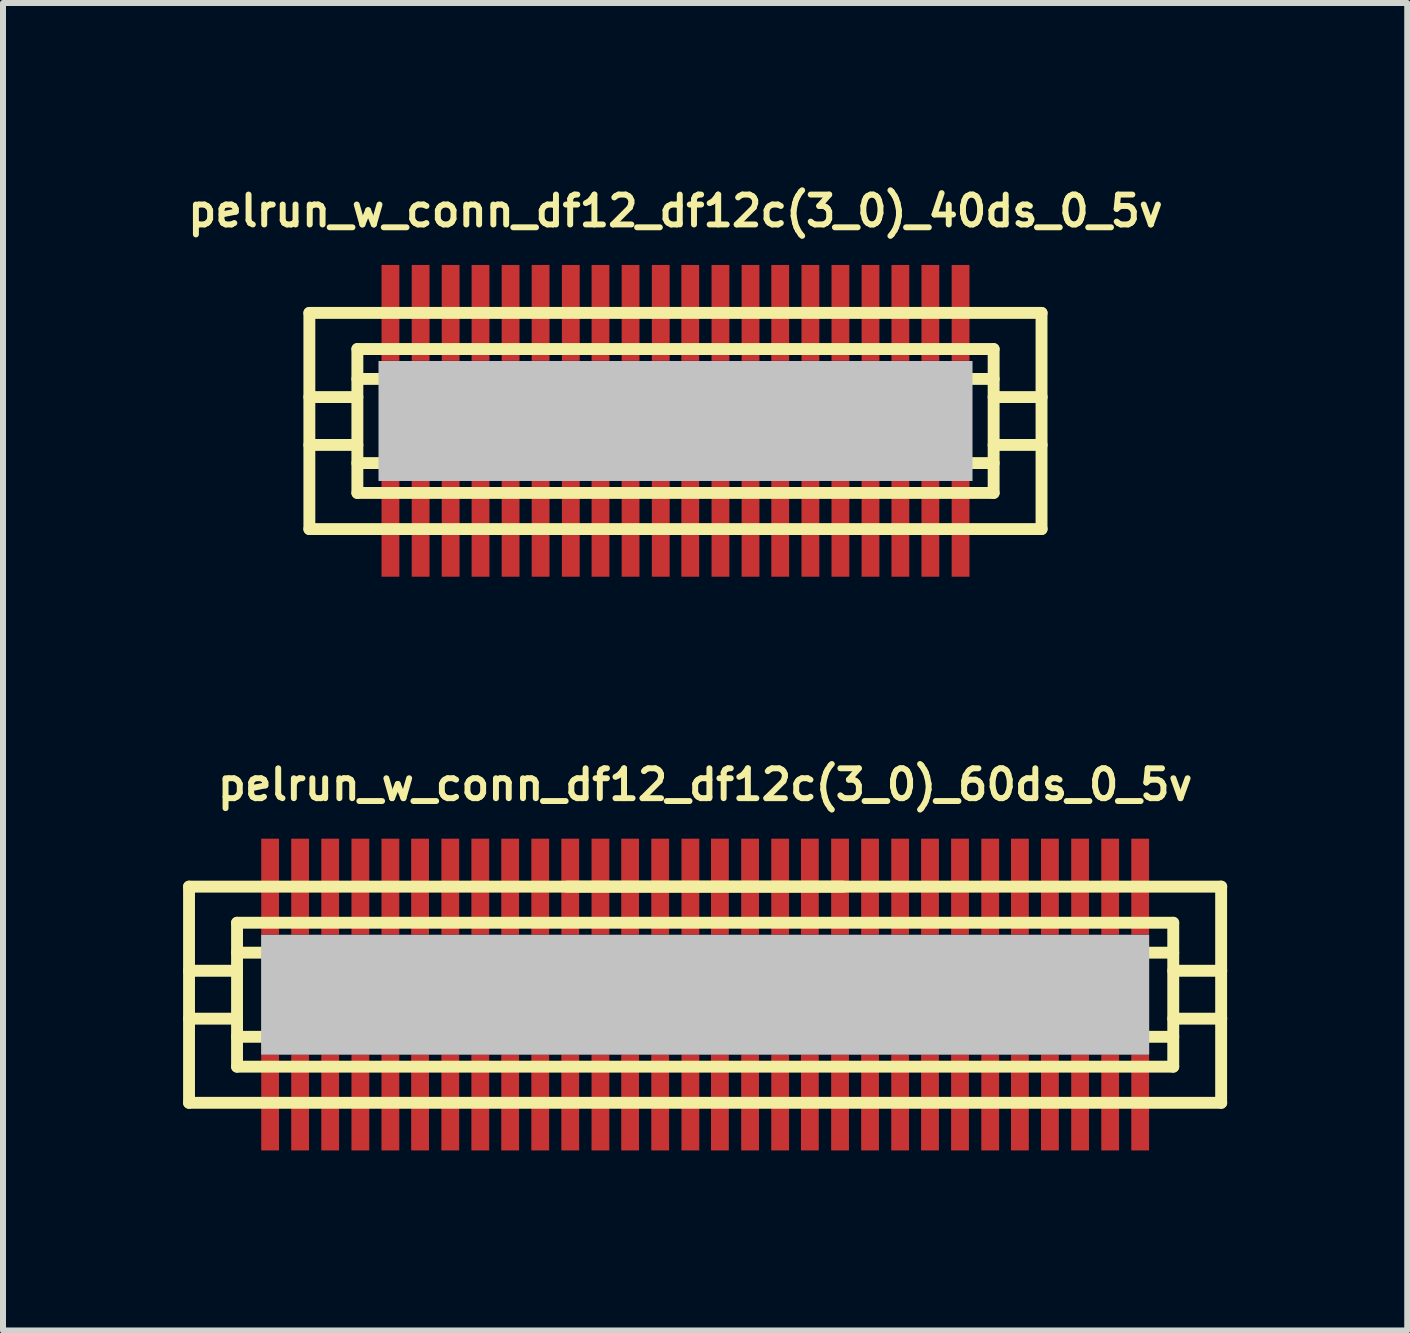
<source format=kicad_pcb>
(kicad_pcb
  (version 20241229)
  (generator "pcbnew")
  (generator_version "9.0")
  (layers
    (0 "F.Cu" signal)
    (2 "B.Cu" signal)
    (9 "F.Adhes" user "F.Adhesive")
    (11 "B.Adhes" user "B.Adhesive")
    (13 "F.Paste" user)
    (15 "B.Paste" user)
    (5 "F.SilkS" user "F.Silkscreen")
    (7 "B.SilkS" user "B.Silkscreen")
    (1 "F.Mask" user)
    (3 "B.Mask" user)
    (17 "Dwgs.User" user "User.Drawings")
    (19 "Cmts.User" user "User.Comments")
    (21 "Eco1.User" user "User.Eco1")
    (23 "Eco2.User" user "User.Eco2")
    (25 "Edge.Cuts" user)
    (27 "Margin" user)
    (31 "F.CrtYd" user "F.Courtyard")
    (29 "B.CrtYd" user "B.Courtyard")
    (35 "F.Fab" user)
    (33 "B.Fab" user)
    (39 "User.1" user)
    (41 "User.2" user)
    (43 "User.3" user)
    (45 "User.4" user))
  (footprint "pelrun_w_conn_df12_df12c(3_0)_40ds_0_5v"
    (layer "F.Cu")
    (at 8.206 3.965)
    (property "Reference" "pelrun_w_conn_df12_df12c(3_0)_40ds_0_5v" (at 0 -3.5 0) (layer "F.SilkS") (effects (font (size 0.498 0.498) (thickness 0.099))))
    (attr through_hole)
    (fp_line (start -6.101 -1.801) (end 6.101 -1.801) (stroke (width 0.198) (type solid)) (layer "F.SilkS"))
    (fp_line (start -6.101 1.801) (end -6.101 -1.801) (stroke (width 0.198) (type solid)) (layer "F.SilkS"))
    (fp_line (start -5.301 -0.701) (end 5.301 -0.701) (stroke (width 0.198) (type solid)) (layer "F.SilkS"))
    (fp_line (start -5.301 -0.399) (end -6.101 -0.399) (stroke (width 0.198) (type solid)) (layer "F.SilkS"))
    (fp_line (start -5.301 0.399) (end -6.101 0.399) (stroke (width 0.198) (type solid)) (layer "F.SilkS"))
    (fp_line (start -5.301 1.199) (end -5.301 -1.199) (stroke (width 0.198) (type solid)) (layer "F.SilkS"))
    (fp_line (start -5.301 1.199) (end 5.301 1.199) (stroke (width 0.198) (type solid)) (layer "F.SilkS"))
    (fp_line (start 5.301 -1.199) (end -5.301 -1.199) (stroke (width 0.198) (type solid)) (layer "F.SilkS"))
    (fp_line (start 5.301 -1.199) (end 5.301 1.199) (stroke (width 0.198) (type solid)) (layer "F.SilkS"))
    (fp_line (start 5.301 -0.399) (end 6.101 -0.399) (stroke (width 0.198) (type solid)) (layer "F.SilkS"))
    (fp_line (start 5.301 0.701) (end -5.301 0.701) (stroke (width 0.198) (type solid)) (layer "F.SilkS"))
    (fp_line (start 6.099 -1.801) (end 6.099 1.801) (stroke (width 0.198) (type solid)) (layer "F.SilkS"))
    (fp_line (start 6.101 0.399) (end 5.301 0.399) (stroke (width 0.198) (type solid)) (layer "F.SilkS"))
    (fp_line (start 6.101 1.801) (end -6.101 1.801) (stroke (width 0.198) (type solid)) (layer "F.SilkS"))
    (pad "" smd rect (at 0 0) (size 9.898 1.999) (layers "Dwgs.User"))
    (pad "1" smd rect (at -4.75 1.796) (size 0.297 1.598) (layers "F.Cu" "F.Mask" "F.Paste"))
    (pad "2" smd rect (at -4.247 1.796) (size 0.297 1.598) (layers "F.Cu" "F.Mask" "F.Paste"))
    (pad "3" smd rect (at -3.747 1.796) (size 0.297 1.598) (layers "F.Cu" "F.Mask" "F.Paste"))
    (pad "4" smd rect (at -3.249 1.796) (size 0.297 1.598) (layers "F.Cu" "F.Mask" "F.Paste"))
    (pad "5" smd rect (at -2.748 1.796) (size 0.297 1.598) (layers "F.Cu" "F.Mask" "F.Paste"))
    (pad "6" smd rect (at -2.248 1.796) (size 0.297 1.598) (layers "F.Cu" "F.Mask" "F.Paste"))
    (pad "7" smd rect (at -1.745 1.796) (size 0.297 1.598) (layers "F.Cu" "F.Mask" "F.Paste"))
    (pad "8" smd rect (at -1.25 1.796) (size 0.297 1.598) (layers "F.Cu" "F.Mask" "F.Paste"))
    (pad "9" smd rect (at -0.749 1.796) (size 0.297 1.598) (layers "F.Cu" "F.Mask" "F.Paste"))
    (pad "10" smd rect (at -0.246 1.796) (size 0.297 1.598) (layers "F.Cu" "F.Mask" "F.Paste"))
    (pad "11" smd rect (at 0.246 1.796) (size 0.297 1.598) (layers "F.Cu" "F.Mask" "F.Paste"))
    (pad "12" smd rect (at 0.749 1.796) (size 0.297 1.598) (layers "F.Cu" "F.Mask" "F.Paste"))
    (pad "13" smd rect (at 1.25 1.796) (size 0.297 1.598) (layers "F.Cu" "F.Mask" "F.Paste"))
    (pad "14" smd rect (at 1.745 1.796) (size 0.297 1.598) (layers "F.Cu" "F.Mask" "F.Paste"))
    (pad "15" smd rect (at 2.248 1.796) (size 0.297 1.598) (layers "F.Cu" "F.Mask" "F.Paste"))
    (pad "16" smd rect (at 2.748 1.796) (size 0.297 1.598) (layers "F.Cu" "F.Mask" "F.Paste"))
    (pad "17" smd rect (at 3.249 1.796) (size 0.297 1.598) (layers "F.Cu" "F.Mask" "F.Paste"))
    (pad "18" smd rect (at 3.747 1.796) (size 0.297 1.598) (layers "F.Cu" "F.Mask" "F.Paste"))
    (pad "19" smd rect (at 4.247 1.796) (size 0.297 1.598) (layers "F.Cu" "F.Mask" "F.Paste"))
    (pad "20" smd rect (at 4.75 1.796) (size 0.297 1.598) (layers "F.Cu" "F.Mask" "F.Paste"))
    (pad "21" smd rect (at 4.75 -1.801) (size 0.297 1.598) (layers "F.Cu" "F.Mask" "F.Paste"))
    (pad "22" smd rect (at 4.247 -1.801) (size 0.297 1.598) (layers "F.Cu" "F.Mask" "F.Paste"))
    (pad "23" smd rect (at 3.747 -1.801) (size 0.297 1.598) (layers "F.Cu" "F.Mask" "F.Paste"))
    (pad "24" smd rect (at 3.249 -1.801) (size 0.297 1.598) (layers "F.Cu" "F.Mask" "F.Paste"))
    (pad "25" smd rect (at 2.748 -1.801) (size 0.297 1.598) (layers "F.Cu" "F.Mask" "F.Paste"))
    (pad "26" smd rect (at 2.248 -1.801) (size 0.297 1.598) (layers "F.Cu" "F.Mask" "F.Paste"))
    (pad "27" smd rect (at 1.745 -1.801) (size 0.297 1.598) (layers "F.Cu" "F.Mask" "F.Paste"))
    (pad "28" smd rect (at 1.25 -1.801) (size 0.297 1.598) (layers "F.Cu" "F.Mask" "F.Paste"))
    (pad "29" smd rect (at 0.749 -1.801) (size 0.297 1.598) (layers "F.Cu" "F.Mask" "F.Paste"))
    (pad "30" smd rect (at 0.246 -1.801) (size 0.297 1.598) (layers "F.Cu" "F.Mask" "F.Paste"))
    (pad "31" smd rect (at -0.246 -1.801) (size 0.297 1.598) (layers "F.Cu" "F.Mask" "F.Paste"))
    (pad "32" smd rect (at -0.749 -1.801) (size 0.297 1.598) (layers "F.Cu" "F.Mask" "F.Paste"))
    (pad "33" smd rect (at -1.25 -1.801) (size 0.297 1.598) (layers "F.Cu" "F.Mask" "F.Paste"))
    (pad "34" smd rect (at -1.745 -1.801) (size 0.297 1.598) (layers "F.Cu" "F.Mask" "F.Paste"))
    (pad "35" smd rect (at -2.248 -1.801) (size 0.297 1.598) (layers "F.Cu" "F.Mask" "F.Paste"))
    (pad "36" smd rect (at -2.748 -1.801) (size 0.297 1.598) (layers "F.Cu" "F.Mask" "F.Paste"))
    (pad "37" smd rect (at -3.249 -1.801) (size 0.297 1.598) (layers "F.Cu" "F.Mask" "F.Paste"))
    (pad "38" smd rect (at -3.747 -1.801) (size 0.297 1.598) (layers "F.Cu" "F.Mask" "F.Paste"))
    (pad "39" smd rect (at -4.247 -1.801) (size 0.297 1.598) (layers "F.Cu" "F.Mask" "F.Paste"))
    (pad "40" smd rect (at -4.75 -1.801) (size 0.297 1.598) (layers "F.Cu" "F.Mask" "F.Paste")))
  (footprint "pelrun_w_conn_df12_df12c(3_0)_60ds_0_5v"
    (layer "F.Cu")
    (at 8.7 13.525)
    (property "Reference" "pelrun_w_conn_df12_df12c(3_0)_60ds_0_5v" (at 0 -3.5 0) (layer "F.SilkS") (effects (font (size 0.498 0.498) (thickness 0.099))))
    (attr through_hole)
    (fp_line (start -8.6 -1.801) (end 8.6 -1.801) (stroke (width 0.198) (type solid)) (layer "F.SilkS"))
    (fp_line (start -8.6 1.801) (end -8.6 -1.801) (stroke (width 0.198) (type solid)) (layer "F.SilkS"))
    (fp_line (start -8.6 1.801) (end 8.6 1.801) (stroke (width 0.198) (type solid)) (layer "F.SilkS"))
    (fp_line (start -7.8 -0.701) (end 7.8 -0.701) (stroke (width 0.198) (type solid)) (layer "F.SilkS"))
    (fp_line (start -7.8 -0.399) (end -8.6 -0.399) (stroke (width 0.198) (type solid)) (layer "F.SilkS"))
    (fp_line (start -7.8 0.399) (end -8.6 0.399) (stroke (width 0.198) (type solid)) (layer "F.SilkS"))
    (fp_line (start -7.8 0.701) (end 7.8 0.701) (stroke (width 0.198) (type solid)) (layer "F.SilkS"))
    (fp_line (start -7.8 1.199) (end -7.8 -1.199) (stroke (width 0.198) (type solid)) (layer "F.SilkS"))
    (fp_line (start -2.301 -1.801) (end 2.301 -1.801) (stroke (width 0.198) (type solid)) (layer "F.SilkS"))
    (fp_line (start 7.8 -1.199) (end -7.8 -1.199) (stroke (width 0.198) (type solid)) (layer "F.SilkS"))
    (fp_line (start 7.8 -1.199) (end 7.8 1.199) (stroke (width 0.198) (type solid)) (layer "F.SilkS"))
    (fp_line (start 7.8 -0.399) (end 8.6 -0.399) (stroke (width 0.198) (type solid)) (layer "F.SilkS"))
    (fp_line (start 7.8 1.199) (end -7.8 1.199) (stroke (width 0.198) (type solid)) (layer "F.SilkS"))
    (fp_line (start 8.598 -1.801) (end 8.598 1.801) (stroke (width 0.198) (type solid)) (layer "F.SilkS"))
    (fp_line (start 8.6 0.399) (end 7.8 0.399) (stroke (width 0.198) (type solid)) (layer "F.SilkS"))
    (pad "" smd rect (at 0 0) (size 14.798 1.999) (layers "Dwgs.User"))
    (pad "1" smd rect (at -7.249 1.796) (size 0.297 1.598) (layers "F.Cu" "F.Mask" "F.Paste"))
    (pad "2" smd rect (at -6.749 1.796) (size 0.297 1.598) (layers "F.Cu" "F.Mask" "F.Paste"))
    (pad "3" smd rect (at -6.248 1.796) (size 0.297 1.598) (layers "F.Cu" "F.Mask" "F.Paste"))
    (pad "4" smd rect (at -5.745 1.796) (size 0.297 1.598) (layers "F.Cu" "F.Mask" "F.Paste"))
    (pad "5" smd rect (at -5.245 1.796) (size 0.297 1.598) (layers "F.Cu" "F.Mask" "F.Paste"))
    (pad "6" smd rect (at -4.75 1.796) (size 0.297 1.598) (layers "F.Cu" "F.Mask" "F.Paste"))
    (pad "7" smd rect (at -4.247 1.796) (size 0.297 1.598) (layers "F.Cu" "F.Mask" "F.Paste"))
    (pad "8" smd rect (at -3.747 1.796) (size 0.297 1.598) (layers "F.Cu" "F.Mask" "F.Paste"))
    (pad "9" smd rect (at -3.249 1.796) (size 0.297 1.598) (layers "F.Cu" "F.Mask" "F.Paste"))
    (pad "10" smd rect (at -2.748 1.796) (size 0.297 1.598) (layers "F.Cu" "F.Mask" "F.Paste"))
    (pad "11" smd rect (at -2.248 1.796) (size 0.297 1.598) (layers "F.Cu" "F.Mask" "F.Paste"))
    (pad "12" smd rect (at -1.745 1.796) (size 0.297 1.598) (layers "F.Cu" "F.Mask" "F.Paste"))
    (pad "13" smd rect (at -1.25 1.796) (size 0.297 1.598) (layers "F.Cu" "F.Mask" "F.Paste"))
    (pad "14" smd rect (at -0.749 1.796) (size 0.297 1.598) (layers "F.Cu" "F.Mask" "F.Paste"))
    (pad "15" smd rect (at -0.246 1.796) (size 0.297 1.598) (layers "F.Cu" "F.Mask" "F.Paste"))
    (pad "16" smd rect (at 0.246 1.796) (size 0.297 1.598) (layers "F.Cu" "F.Mask" "F.Paste"))
    (pad "17" smd rect (at 0.749 1.796) (size 0.297 1.598) (layers "F.Cu" "F.Mask" "F.Paste"))
    (pad "18" smd rect (at 1.25 1.796) (size 0.297 1.598) (layers "F.Cu" "F.Mask" "F.Paste"))
    (pad "19" smd rect (at 1.745 1.796) (size 0.297 1.598) (layers "F.Cu" "F.Mask" "F.Paste"))
    (pad "20" smd rect (at 2.248 1.796) (size 0.297 1.598) (layers "F.Cu" "F.Mask" "F.Paste"))
    (pad "21" smd rect (at 2.748 1.796) (size 0.297 1.598) (layers "F.Cu" "F.Mask" "F.Paste"))
    (pad "22" smd rect (at 3.249 1.796) (size 0.297 1.598) (layers "F.Cu" "F.Mask" "F.Paste"))
    (pad "23" smd rect (at 3.747 1.796) (size 0.297 1.598) (layers "F.Cu" "F.Mask" "F.Paste"))
    (pad "24" smd rect (at 4.247 1.796) (size 0.297 1.598) (layers "F.Cu" "F.Mask" "F.Paste"))
    (pad "25" smd rect (at 4.75 1.796) (size 0.297 1.598) (layers "F.Cu" "F.Mask" "F.Paste"))
    (pad "26" smd rect (at 5.245 1.796) (size 0.297 1.598) (layers "F.Cu" "F.Mask" "F.Paste"))
    (pad "27" smd rect (at 5.745 1.796) (size 0.297 1.598) (layers "F.Cu" "F.Mask" "F.Paste"))
    (pad "28" smd rect (at 6.248 1.796) (size 0.297 1.598) (layers "F.Cu" "F.Mask" "F.Paste"))
    (pad "29" smd rect (at 6.749 1.796) (size 0.297 1.598) (layers "F.Cu" "F.Mask" "F.Paste"))
    (pad "30" smd rect (at 7.249 1.796) (size 0.297 1.598) (layers "F.Cu" "F.Mask" "F.Paste"))
    (pad "31" smd rect (at 7.249 -1.801) (size 0.297 1.598) (layers "F.Cu" "F.Mask" "F.Paste"))
    (pad "32" smd rect (at 6.749 -1.801) (size 0.297 1.598) (layers "F.Cu" "F.Mask" "F.Paste"))
    (pad "33" smd rect (at 6.248 -1.801) (size 0.297 1.598) (layers "F.Cu" "F.Mask" "F.Paste"))
    (pad "34" smd rect (at 5.745 -1.801) (size 0.297 1.598) (layers "F.Cu" "F.Mask" "F.Paste"))
    (pad "35" smd rect (at 5.245 -1.801) (size 0.297 1.598) (layers "F.Cu" "F.Mask" "F.Paste"))
    (pad "36" smd rect (at 4.75 -1.801) (size 0.297 1.598) (layers "F.Cu" "F.Mask" "F.Paste"))
    (pad "37" smd rect (at 4.247 -1.801) (size 0.297 1.598) (layers "F.Cu" "F.Mask" "F.Paste"))
    (pad "38" smd rect (at 3.747 -1.801) (size 0.297 1.598) (layers "F.Cu" "F.Mask" "F.Paste"))
    (pad "39" smd rect (at 3.249 -1.801) (size 0.297 1.598) (layers "F.Cu" "F.Mask" "F.Paste"))
    (pad "40" smd rect (at 2.748 -1.801) (size 0.297 1.598) (layers "F.Cu" "F.Mask" "F.Paste"))
    (pad "41" smd rect (at 2.248 -1.801) (size 0.297 1.598) (layers "F.Cu" "F.Mask" "F.Paste"))
    (pad "42" smd rect (at 1.745 -1.801) (size 0.297 1.598) (layers "F.Cu" "F.Mask" "F.Paste"))
    (pad "43" smd rect (at 1.25 -1.801) (size 0.297 1.598) (layers "F.Cu" "F.Mask" "F.Paste"))
    (pad "44" smd rect (at 0.749 -1.801) (size 0.297 1.598) (layers "F.Cu" "F.Mask" "F.Paste"))
    (pad "45" smd rect (at 0.246 -1.801) (size 0.297 1.598) (layers "F.Cu" "F.Mask" "F.Paste"))
    (pad "46" smd rect (at -0.246 -1.801) (size 0.297 1.598) (layers "F.Cu" "F.Mask" "F.Paste"))
    (pad "47" smd rect (at -0.749 -1.801) (size 0.297 1.598) (layers "F.Cu" "F.Mask" "F.Paste"))
    (pad "48" smd rect (at -1.25 -1.801) (size 0.297 1.598) (layers "F.Cu" "F.Mask" "F.Paste"))
    (pad "49" smd rect (at -1.745 -1.801) (size 0.297 1.598) (layers "F.Cu" "F.Mask" "F.Paste"))
    (pad "50" smd rect (at -2.248 -1.801) (size 0.297 1.598) (layers "F.Cu" "F.Mask" "F.Paste"))
    (pad "51" smd rect (at -2.748 -1.801) (size 0.297 1.598) (layers "F.Cu" "F.Mask" "F.Paste"))
    (pad "52" smd rect (at -3.249 -1.801) (size 0.297 1.598) (layers "F.Cu" "F.Mask" "F.Paste"))
    (pad "53" smd rect (at -3.747 -1.801) (size 0.297 1.598) (layers "F.Cu" "F.Mask" "F.Paste"))
    (pad "54" smd rect (at -4.247 -1.801) (size 0.297 1.598) (layers "F.Cu" "F.Mask" "F.Paste"))
    (pad "55" smd rect (at -4.75 -1.801) (size 0.297 1.598) (layers "F.Cu" "F.Mask" "F.Paste"))
    (pad "56" smd rect (at -5.245 -1.801) (size 0.297 1.598) (layers "F.Cu" "F.Mask" "F.Paste"))
    (pad "57" smd rect (at -5.745 -1.801) (size 0.297 1.598) (layers "F.Cu" "F.Mask" "F.Paste"))
    (pad "58" smd rect (at -6.248 -1.801) (size 0.297 1.598) (layers "F.Cu" "F.Mask" "F.Paste"))
    (pad "59" smd rect (at -6.749 -1.801) (size 0.297 1.598) (layers "F.Cu" "F.Mask" "F.Paste"))
    (pad "60" smd rect (at -7.249 -1.801) (size 0.297 1.598) (layers "F.Cu" "F.Mask" "F.Paste")))
  (gr_rect
    (start -3 -3)
    (end 20.399 19.12)
    (stroke (width 0.1) (type default))
    (fill no)
    (layer "Edge.Cuts")))
</source>
